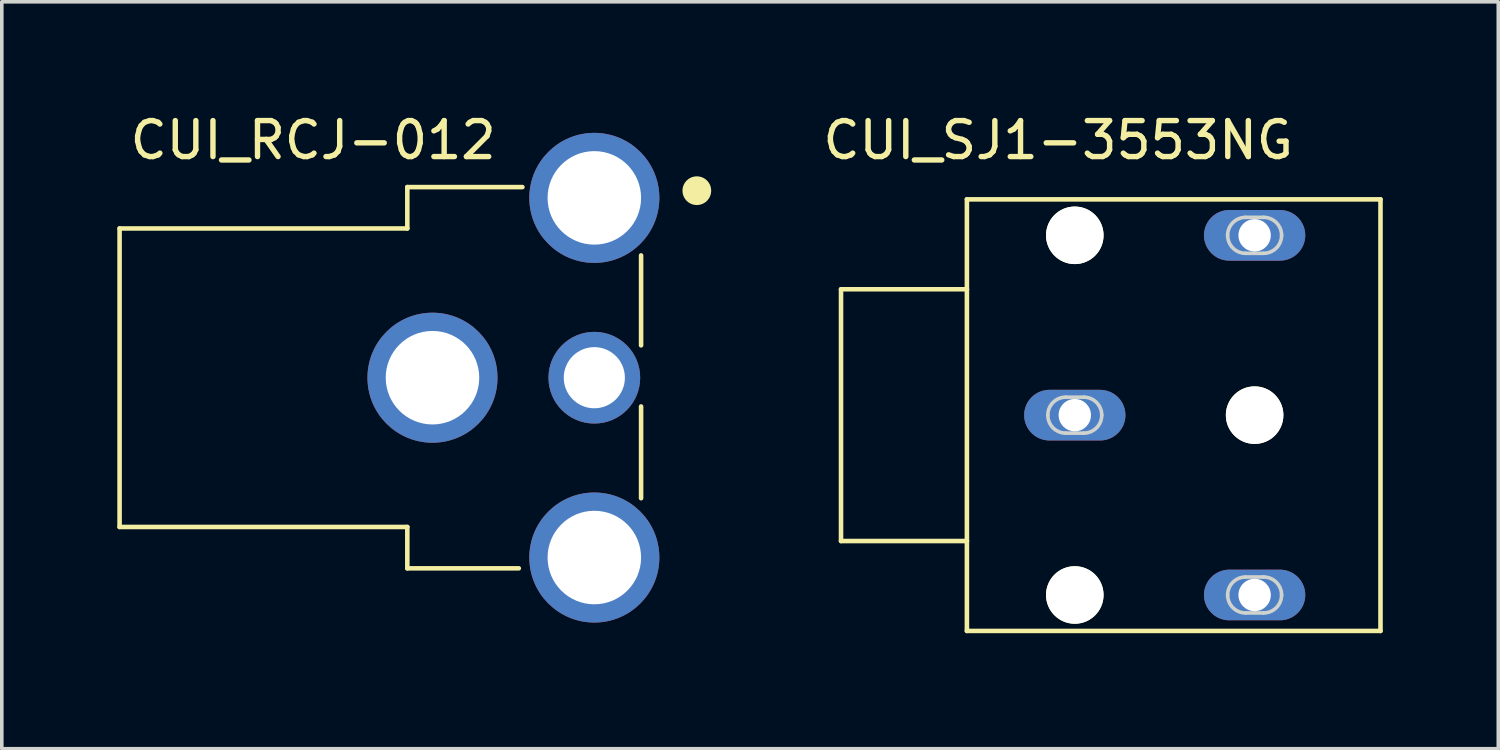
<source format=kicad_pcb>
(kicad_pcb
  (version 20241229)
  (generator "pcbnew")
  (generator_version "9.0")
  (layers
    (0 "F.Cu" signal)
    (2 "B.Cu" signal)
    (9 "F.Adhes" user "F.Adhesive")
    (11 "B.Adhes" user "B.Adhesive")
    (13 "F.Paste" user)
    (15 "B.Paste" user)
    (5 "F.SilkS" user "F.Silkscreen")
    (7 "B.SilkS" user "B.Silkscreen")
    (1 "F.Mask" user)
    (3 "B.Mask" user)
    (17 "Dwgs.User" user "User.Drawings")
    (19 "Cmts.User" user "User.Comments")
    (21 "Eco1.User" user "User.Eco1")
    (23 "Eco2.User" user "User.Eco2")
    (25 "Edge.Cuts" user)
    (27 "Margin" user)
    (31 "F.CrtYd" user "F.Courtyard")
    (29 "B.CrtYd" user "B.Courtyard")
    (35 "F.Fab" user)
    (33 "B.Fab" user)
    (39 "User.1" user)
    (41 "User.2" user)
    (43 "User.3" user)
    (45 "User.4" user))
  (footprint "CUI_SJ1-3553NG"
    (layer "F.Cu")
    (at 26.834 8.493)
    (property "Reference" "CUI_SJ1-3553NG" (at -0.461 -7.645 0) (layer "F.SilkS") (effects (font (size 1 1) (thickness 0.15))))
    (attr through_hole)
    (fp_line (start -6.5 -3.5) (end -3 -3.5) (stroke (width 0.127) (type solid)) (layer "F.SilkS"))
    (fp_line (start -6.5 3.5) (end -6.5 -3.5) (stroke (width 0.127) (type solid)) (layer "F.SilkS"))
    (fp_line (start -3 -6) (end 8.5 -6) (stroke (width 0.127) (type solid)) (layer "F.SilkS"))
    (fp_line (start -3 -3.5) (end -3 -6) (stroke (width 0.127) (type solid)) (layer "F.SilkS"))
    (fp_line (start -3 -3.5) (end -3 3.5) (stroke (width 0.127) (type solid)) (layer "F.SilkS"))
    (fp_line (start -3 3.5) (end -6.5 3.5) (stroke (width 0.127) (type solid)) (layer "F.SilkS"))
    (fp_line (start -3 6) (end -3 3.5) (stroke (width 0.127) (type solid)) (layer "F.SilkS"))
    (fp_line (start 8.5 -6) (end 8.5 6) (stroke (width 0.127) (type solid)) (layer "F.SilkS"))
    (fp_line (start 8.5 6) (end -3 6) (stroke (width 0.127) (type solid)) (layer "F.SilkS"))
    (fp_line (start -6.75 -6.25) (end 8.75 -6.25) (stroke (width 0.05) (type solid)) (layer "Eco1.User"))
    (fp_line (start -6.75 6.25) (end -6.75 -6.25) (stroke (width 0.05) (type solid)) (layer "Eco1.User"))
    (fp_line (start 8.75 -6.25) (end 8.75 6.25) (stroke (width 0.05) (type solid)) (layer "Eco1.User"))
    (fp_line (start 8.75 6.25) (end -6.75 6.25) (stroke (width 0.05) (type solid)) (layer "Eco1.User"))
    (fp_line (start -6.5 -3.5) (end -3 -3.5) (stroke (width 0.127) (type solid)) (layer "Eco2.User"))
    (fp_line (start -6.5 3.5) (end -6.5 -3.5) (stroke (width 0.127) (type solid)) (layer "Eco2.User"))
    (fp_line (start -3 -6) (end 8.5 -6) (stroke (width 0.127) (type solid)) (layer "Eco2.User"))
    (fp_line (start -3 -3.5) (end -3 -6) (stroke (width 0.127) (type solid)) (layer "Eco2.User"))
    (fp_line (start -3 -3.5) (end -3 3.5) (stroke (width 0.127) (type solid)) (layer "Eco2.User"))
    (fp_line (start -3 3.5) (end -6.5 3.5) (stroke (width 0.127) (type solid)) (layer "Eco2.User"))
    (fp_line (start -3 6) (end -3 3.5) (stroke (width 0.127) (type solid)) (layer "Eco2.User"))
    (fp_line (start 8.5 -6) (end 8.5 6) (stroke (width 0.127) (type solid)) (layer "Eco2.User"))
    (fp_line (start 8.5 6) (end -3 6) (stroke (width 0.127) (type solid)) (layer "Eco2.User"))
    (fp_line (start -0.25 0.5) (end 0.25 0.5) (stroke (width 0.1) (type solid)) (layer "Edge.Cuts"))
    (fp_line (start 0.25 -0.5) (end -0.25 -0.5) (stroke (width 0.1) (type solid)) (layer "Edge.Cuts"))
    (fp_line (start 4.75 -4.5) (end 5.25 -4.5) (stroke (width 0.1) (type solid)) (layer "Edge.Cuts"))
    (fp_line (start 4.75 5.5) (end 5.25 5.5) (stroke (width 0.1) (type solid)) (layer "Edge.Cuts"))
    (fp_line (start 5.25 -5.5) (end 4.75 -5.5) (stroke (width 0.1) (type solid)) (layer "Edge.Cuts"))
    (fp_line (start 5.25 4.5) (end 4.75 4.5) (stroke (width 0.1) (type solid)) (layer "Edge.Cuts"))
    (fp_arc (start -0.75 0) (mid -0.603553 -0.353553) (end -0.25 -0.5) (stroke (width 0.1) (type solid)) (layer "Edge.Cuts"))
    (fp_arc (start -0.25 0.5) (mid -0.603553 0.353553) (end -0.75 0) (stroke (width 0.1) (type solid)) (layer "Edge.Cuts"))
    (fp_arc (start 0.25 -0.5) (mid 0.603553 -0.353553) (end 0.75 0) (stroke (width 0.1) (type solid)) (layer "Edge.Cuts"))
    (fp_arc (start 0.75 0) (mid 0.603553 0.353553) (end 0.25 0.5) (stroke (width 0.1) (type solid)) (layer "Edge.Cuts"))
    (fp_arc (start 4.25 -5) (mid 4.396447 -5.353553) (end 4.75 -5.5) (stroke (width 0.1) (type solid)) (layer "Edge.Cuts"))
    (fp_arc (start 4.25 5) (mid 4.396447 4.646447) (end 4.75 4.5) (stroke (width 0.1) (type solid)) (layer "Edge.Cuts"))
    (fp_arc (start 4.75 -4.5) (mid 4.396447 -4.646447) (end 4.25 -5) (stroke (width 0.1) (type solid)) (layer "Edge.Cuts"))
    (fp_arc (start 4.75 5.5) (mid 4.396447 5.353553) (end 4.25 5) (stroke (width 0.1) (type solid)) (layer "Edge.Cuts"))
    (fp_arc (start 5.25 -5.5) (mid 5.603553 -5.353553) (end 5.75 -5) (stroke (width 0.1) (type solid)) (layer "Edge.Cuts"))
    (fp_arc (start 5.25 4.5) (mid 5.603553 4.646447) (end 5.75 5) (stroke (width 0.1) (type solid)) (layer "Edge.Cuts"))
    (fp_arc (start 5.75 -5) (mid 5.603553 -4.646447) (end 5.25 -4.5) (stroke (width 0.1) (type solid)) (layer "Edge.Cuts"))
    (fp_arc (start 5.75 5) (mid 5.603553 5.353553) (end 5.25 5.5) (stroke (width 0.1) (type solid)) (layer "Edge.Cuts"))
    (pad "" np_thru_hole circle (at 0 -5) (size 1.6 1.6) (drill 1.6) (layers "*.Cu" "*.Mask" "F.SilkS"))
    (pad "" np_thru_hole circle (at 0 5) (size 1.6 1.6) (drill 1.6) (layers "*.Cu" "*.Mask" "F.SilkS"))
    (pad "" np_thru_hole circle (at 5 0) (size 1.6 1.6) (drill 1.6) (layers "*.Cu" "*.Mask" "F.SilkS"))
    (pad "1" thru_hole oval (at 0 0) (size 2.816 1.408) (drill 0.9) (layers "*.Cu" "*.Mask"))
    (pad "2" thru_hole oval (at 5 5) (size 2.816 1.408) (drill 0.9) (layers "*.Cu" "*.Mask"))
    (pad "3" thru_hole oval (at 5 -5) (size 2.816 1.408) (drill 0.9) (layers "*.Cu" "*.Mask")))
  (footprint "CUI_RCJ-012"
    (layer "F.Cu")
    (at 7.525 7.452)
    (property "Reference" "CUI_RCJ-012" (at 3.302 -6.604 0) (layer "F.SilkS") (effects (font (size 1 1) (thickness 0.15)) (justify right)))
    (attr through_hole)
    (fp_line (start -7.25 -4.15) (end -7.25 4.15) (stroke (width 0.127) (type solid)) (layer "F.SilkS"))
    (fp_line (start -7.25 4.15) (end 0.75 4.15) (stroke (width 0.127) (type solid)) (layer "F.SilkS"))
    (fp_line (start 0.75 -5.3) (end 0.75 -4.15) (stroke (width 0.127) (type solid)) (layer "F.SilkS"))
    (fp_line (start 0.75 -4.15) (end -7.25 -4.15) (stroke (width 0.127) (type solid)) (layer "F.SilkS"))
    (fp_line (start 0.75 4.15) (end 0.75 5.3) (stroke (width 0.127) (type solid)) (layer "F.SilkS"))
    (fp_line (start 0.75 5.3) (end 3.85 5.3) (stroke (width 0.127) (type solid)) (layer "F.SilkS"))
    (fp_line (start 3.95 -5.3) (end 0.75 -5.3) (stroke (width 0.127) (type solid)) (layer "F.SilkS"))
    (fp_line (start 7.25 -0.9) (end 7.25 -3.4) (stroke (width 0.127) (type solid)) (layer "F.SilkS"))
    (fp_line (start 7.25 3.35) (end 7.25 0.8) (stroke (width 0.127) (type solid)) (layer "F.SilkS"))
    (fp_circle (center 8.8 -5.2) (end 9 -5.2) (stroke (width 0.4) (type solid)) (fill no) (layer "F.SilkS"))
    (fp_line (start -7.5 -4.4) (end -7.5 4.4) (stroke (width 0.05) (type solid)) (layer "Eco1.User"))
    (fp_line (start -7.5 4.4) (end 0.5 4.4) (stroke (width 0.05) (type solid)) (layer "Eco1.User"))
    (fp_line (start 0.5 -5.75) (end 0.5 -4.4) (stroke (width 0.05) (type solid)) (layer "Eco1.User"))
    (fp_line (start 0.5 -4.4) (end -7.5 -4.4) (stroke (width 0.05) (type solid)) (layer "Eco1.User"))
    (fp_line (start 0.5 4.4) (end 0.5 5.55) (stroke (width 0.05) (type solid)) (layer "Eco1.User"))
    (fp_line (start 0.5 5.55) (end 3.9 5.55) (stroke (width 0.05) (type solid)) (layer "Eco1.User"))
    (fp_line (start 3.9 -7.05) (end 8.1 -7.05) (stroke (width 0.05) (type solid)) (layer "Eco1.User"))
    (fp_line (start 3.9 -5.75) (end 0.5 -5.75) (stroke (width 0.05) (type solid)) (layer "Eco1.User"))
    (fp_line (start 3.9 -5.75) (end 3.9 -7.05) (stroke (width 0.05) (type solid)) (layer "Eco1.User"))
    (fp_line (start 3.9 7.15) (end 3.9 5.55) (stroke (width 0.05) (type solid)) (layer "Eco1.User"))
    (fp_line (start 7.6 -3.65) (end 7.6 3.55) (stroke (width 0.05) (type solid)) (layer "Eco1.User"))
    (fp_line (start 7.6 3.55) (end 8.1 3.55) (stroke (width 0.05) (type solid)) (layer "Eco1.User"))
    (fp_line (start 8.1 -7.05) (end 8.1 -3.65) (stroke (width 0.05) (type solid)) (layer "Eco1.User"))
    (fp_line (start 8.1 -3.65) (end 7.6 -3.65) (stroke (width 0.05) (type solid)) (layer "Eco1.User"))
    (fp_line (start 8.1 7.15) (end 3.9 7.15) (stroke (width 0.05) (type solid)) (layer "Eco1.User"))
    (fp_line (start 8.1 7.15) (end 8.1 3.55) (stroke (width 0.05) (type solid)) (layer "Eco1.User"))
    (fp_line (start -7.25 -4.15) (end -7.25 4.15) (stroke (width 0.127) (type solid)) (layer "Eco2.User"))
    (fp_line (start -7.25 4.15) (end 0.75 4.15) (stroke (width 0.127) (type solid)) (layer "Eco2.User"))
    (fp_line (start 0.75 -5.3) (end 0.75 -4.15) (stroke (width 0.127) (type solid)) (layer "Eco2.User"))
    (fp_line (start 0.75 -4.15) (end -7.25 -4.15) (stroke (width 0.127) (type solid)) (layer "Eco2.User"))
    (fp_line (start 0.75 4.15) (end 0.75 5.3) (stroke (width 0.127) (type solid)) (layer "Eco2.User"))
    (fp_line (start 0.75 5.3) (end 7.25 5.3) (stroke (width 0.127) (type solid)) (layer "Eco2.User"))
    (fp_line (start 7.25 -5.3) (end 0.75 -5.3) (stroke (width 0.127) (type solid)) (layer "Eco2.User"))
    (fp_line (start 7.25 5.3) (end 7.25 -5.3) (stroke (width 0.127) (type solid)) (layer "Eco2.User"))
    (pad "1A" thru_hole circle (at 5.95 -5) (size 3.616 3.616) (drill 2.6) (layers "*.Cu" "*.Mask"))
    (pad "1B" thru_hole circle (at 5.95 5) (size 3.616 3.616) (drill 2.6) (layers "*.Cu" "*.Mask"))
    (pad "1C" thru_hole circle (at 1.45 0) (size 3.616 3.616) (drill 2.6) (layers "*.Cu" "*.Mask"))
    (pad "2" thru_hole circle (at 5.95 0) (size 2.55 2.55) (drill 1.7) (layers "*.Cu" "*.Mask")))
  (gr_rect
    (start -3 -3)
    (end 38.609 17.768)
    (stroke (width 0.1) (type default))
    (fill no)
    (layer "Edge.Cuts")))
</source>
